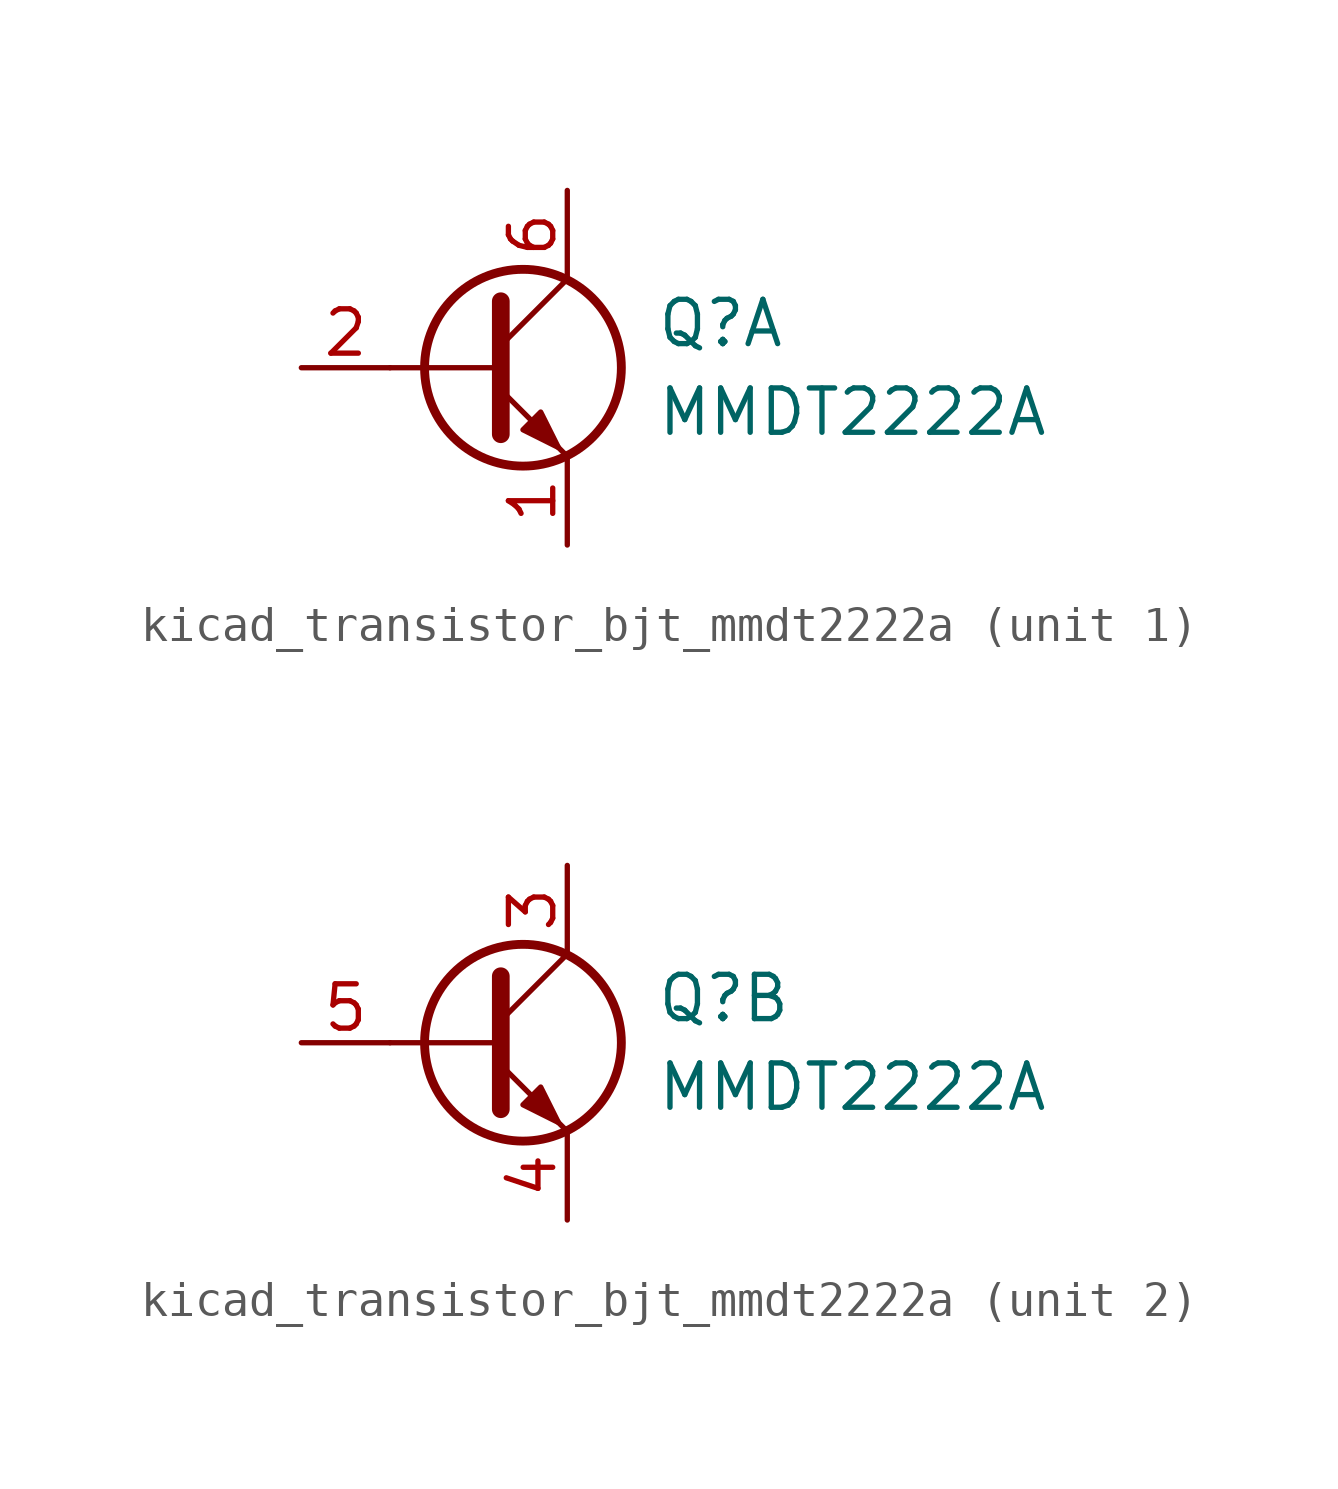
<source format=kicad_sym>
(kicad_symbol_lib
  (version 20220914)
  (generator kicad_symbol_editor)
  (symbol "kicad_transistor_bjt_mmdt2222a"
    (pin_names
      (offset 0) hide)
    (property "Reference" "Q"
      (at 5.08 1.27 0)
      (effects (font (size 1.27 1.27)) (justify left)))
    (property "Value" "MMDT2222A"
      (at 5.08 -1.27 0)
      (effects (font (size 1.27 1.27)) (justify left)))
    (property "ki_locked" ""
      (at 0 0 0)
      (effects (font (size 1.27 1.27))))
    (symbol "kicad_transistor_bjt_mmdt2222a_0_1"
      (polyline (pts (xy 0.635 0) (xy -2.54 0)) (stroke (width 0) (type default)) (fill (type none)))
      (polyline (pts (xy 0.635 0.635) (xy 2.54 2.54)) (stroke (width 0) (type default)) (fill (type none)))
      (polyline (pts (xy 0.635 -0.635) (xy 2.54 -2.54) (xy 2.54 -2.54)) (stroke (width 0) (type default)) (fill (type none)))
      (polyline (pts (xy 0.635 1.905) (xy 0.635 -1.905) (xy 0.635 -1.905)) (stroke (width 0.508) (type default)) (fill (type none)))
      (polyline (pts (xy 1.27 -1.778) (xy 1.778 -1.27) (xy 2.286 -2.286) (xy 1.27 -1.778) (xy 1.27 -1.778)) (stroke (width 0) (type default)) (fill (type outline)))
      (circle (center 1.27 0) (radius 2.819) (stroke (width 0.254) (type default)) (fill (type none))))
    (symbol "kicad_transistor_bjt_mmdt2222a_1_1"
      (pin passive line (at 2.54 -5.08 90) (length 2.54) (name "E1" (effects (font (size 1.27 1.27)))) (number "1" (effects (font (size 1.27 1.27)))))
      (pin input line (at -5.08 0 0) (length 2.54) (name "B1" (effects (font (size 1.27 1.27)))) (number "2" (effects (font (size 1.27 1.27)))))
      (pin passive line (at 2.54 5.08 270) (length 2.54) (name "C1" (effects (font (size 1.27 1.27)))) (number "6" (effects (font (size 1.27 1.27))))))
    (symbol "kicad_transistor_bjt_mmdt2222a_2_1"
      (pin passive line (at 2.54 5.08 270) (length 2.54) (name "C2" (effects (font (size 1.27 1.27)))) (number "3" (effects (font (size 1.27 1.27)))))
      (pin passive line (at 2.54 -5.08 90) (length 2.54) (name "E2" (effects (font (size 1.27 1.27)))) (number "4" (effects (font (size 1.27 1.27)))))
      (pin input line (at -5.08 0 0) (length 2.54) (name "B2" (effects (font (size 1.27 1.27)))) (number "5" (effects (font (size 1.27 1.27))))))))
</source>
